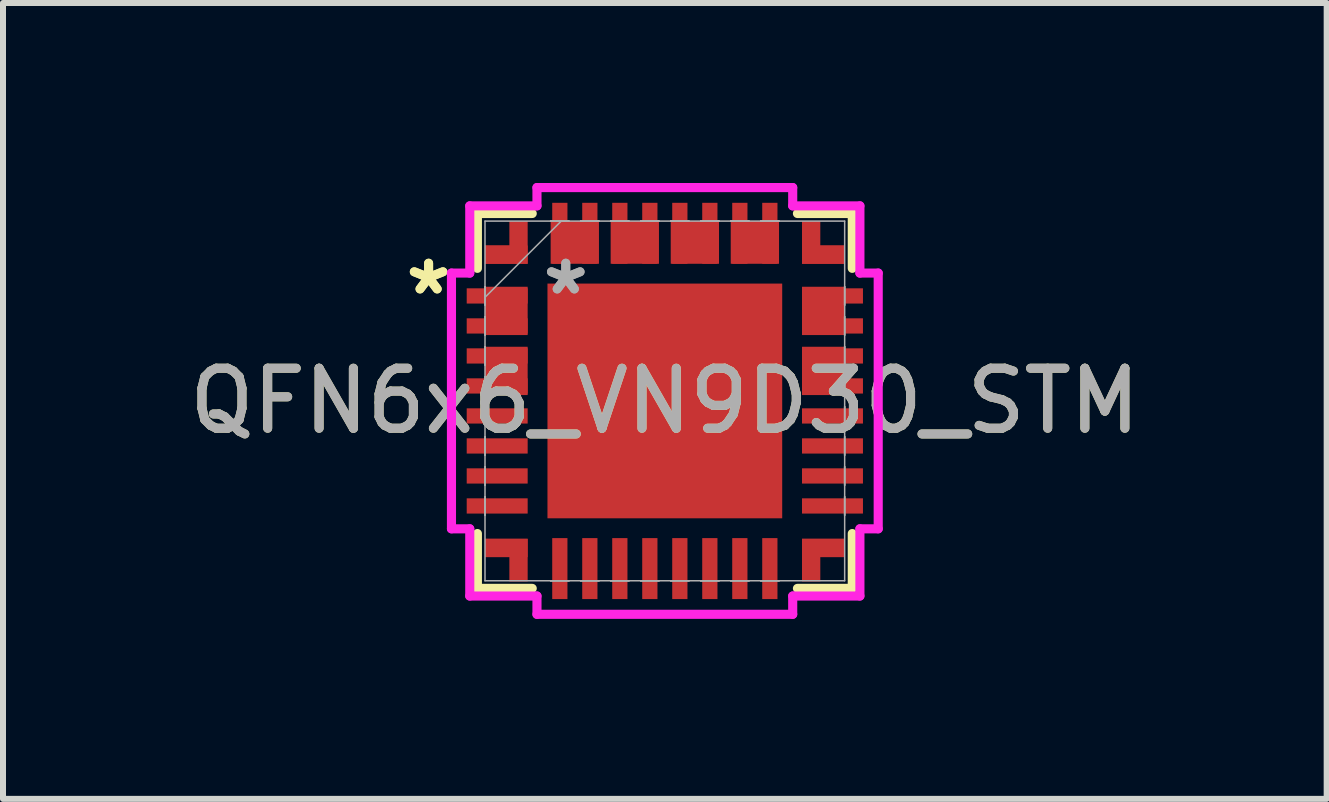
<source format=kicad_pcb>
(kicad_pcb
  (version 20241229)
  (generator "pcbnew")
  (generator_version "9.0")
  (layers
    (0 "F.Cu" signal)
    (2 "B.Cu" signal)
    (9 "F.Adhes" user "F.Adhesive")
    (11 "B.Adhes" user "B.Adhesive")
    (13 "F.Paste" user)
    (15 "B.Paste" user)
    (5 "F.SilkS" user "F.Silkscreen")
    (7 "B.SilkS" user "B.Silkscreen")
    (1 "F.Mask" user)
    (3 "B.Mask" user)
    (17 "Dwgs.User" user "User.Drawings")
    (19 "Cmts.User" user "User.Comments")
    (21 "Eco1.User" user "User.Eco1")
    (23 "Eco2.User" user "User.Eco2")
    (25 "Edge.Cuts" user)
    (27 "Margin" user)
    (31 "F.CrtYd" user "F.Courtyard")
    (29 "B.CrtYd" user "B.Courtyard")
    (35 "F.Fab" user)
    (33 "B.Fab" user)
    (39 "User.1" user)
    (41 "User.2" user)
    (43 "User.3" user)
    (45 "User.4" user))
  (footprint "QFN6x6_VN9D30_STM"
    (layer "F.Cu")
    (at 8.03 3.632)
    (property "Reference" "QFN6x6_VN9D30_STM" (at 0 0 0) (unlocked yes) (layer "F.SilkS") (effects (font (size 1 1) (thickness 0.15))))
    (attr smd)
    (fp_poly (pts (xy -2.286 -1.903) (xy -2.286 -1.098) (xy -2.997 -1.098) (xy -2.997 -1.903)) (stroke (width 0) (type solid)) (fill yes) (layer "F.Cu"))
    (fp_poly (pts (xy -2.286 -0.903) (xy -2.286 -0.098) (xy -2.997 -0.098) (xy -2.997 -0.903)) (stroke (width 0) (type solid)) (fill yes) (layer "F.Cu"))
    (fp_poly (pts (xy -1.903 -2.997) (xy -1.098 -2.997) (xy -1.098 -2.286) (xy -1.903 -2.286)) (stroke (width 0) (type solid)) (fill yes) (layer "F.Cu"))
    (fp_poly (pts (xy -0.903 -2.997) (xy -0.098 -2.997) (xy -0.098 -2.286) (xy -0.903 -2.286)) (stroke (width 0) (type solid)) (fill yes) (layer "F.Cu"))
    (fp_poly (pts (xy 0.098 -2.997) (xy 0.903 -2.997) (xy 0.903 -2.286) (xy 0.098 -2.286)) (stroke (width 0) (type solid)) (fill yes) (layer "F.Cu"))
    (fp_poly (pts (xy 1.098 -2.997) (xy 1.903 -2.997) (xy 1.903 -2.286) (xy 1.098 -2.286)) (stroke (width 0) (type solid)) (fill yes) (layer "F.Cu"))
    (fp_poly (pts (xy 2.997 -1.903) (xy 2.997 -1.098) (xy 2.286 -1.098) (xy 2.286 -1.903)) (stroke (width 0) (type solid)) (fill yes) (layer "F.Cu"))
    (fp_poly (pts (xy 2.997 -0.903) (xy 2.997 -0.098) (xy 2.286 -0.098) (xy 2.286 -0.903)) (stroke (width 0) (type solid)) (fill yes) (layer "F.Cu"))
    (fp_poly (pts (xy -2.286 -2.286) (xy -2.286 -2.997) (xy -2.591 -2.997) (xy -2.591 -2.591) (xy -2.997 -2.591) (xy -2.997 -2.286)) (stroke (width 0) (type solid)) (fill yes) (layer "F.Cu"))
    (fp_poly (pts (xy -2.286 2.297) (xy -2.286 3.008) (xy -2.591 3.008) (xy -2.591 2.602) (xy -2.997 2.602) (xy -2.997 2.297)) (stroke (width 0) (type solid)) (fill yes) (layer "F.Cu"))
    (fp_poly (pts (xy 2.286 -2.286) (xy 2.286 -2.997) (xy 2.591 -2.997) (xy 2.591 -2.591) (xy 2.997 -2.591) (xy 2.997 -2.286)) (stroke (width 0) (type solid)) (fill yes) (layer "F.Cu"))
    (fp_poly (pts (xy 2.286 2.297) (xy 2.286 3.008) (xy 2.591 3.008) (xy 2.591 2.602) (xy 2.997 2.602) (xy 2.997 2.297)) (stroke (width 0) (type solid)) (fill yes) (layer "F.Cu"))
    (fp_poly (pts (xy -2.286 -1.903) (xy -2.286 -1.098) (xy -2.997 -1.098) (xy -2.997 -1.903)) (stroke (width 0) (type solid)) (fill yes) (layer "F.Mask"))
    (fp_poly (pts (xy -2.286 2.297) (xy -2.286 3.008) (xy -2.591 3.008) (xy -2.591 2.602) (xy -2.997 2.602) (xy -2.997 2.297)) (stroke (width 0) (type solid)) (fill yes) (layer "F.Mask"))
    (fp_line (start -3.124 -3.124) (end -3.124 -2.21) (stroke (width 0.152) (type solid)) (layer "F.SilkS"))
    (fp_line (start -3.124 2.21) (end -3.124 3.124) (stroke (width 0.152) (type solid)) (layer "F.SilkS"))
    (fp_line (start -3.124 3.124) (end -2.21 3.124) (stroke (width 0.152) (type solid)) (layer "F.SilkS"))
    (fp_line (start -2.21 -3.124) (end -3.124 -3.124) (stroke (width 0.152) (type solid)) (layer "F.SilkS"))
    (fp_line (start 2.21 3.124) (end 3.124 3.124) (stroke (width 0.152) (type solid)) (layer "F.SilkS"))
    (fp_line (start 3.124 -3.124) (end 2.21 -3.124) (stroke (width 0.152) (type solid)) (layer "F.SilkS"))
    (fp_line (start 3.124 -2.21) (end 3.124 -3.124) (stroke (width 0.152) (type solid)) (layer "F.SilkS"))
    (fp_line (start 3.124 3.124) (end 3.124 2.21) (stroke (width 0.152) (type solid)) (layer "F.SilkS"))
    (fp_poly (pts (xy -2.286 -1.903) (xy -2.286 -1.098) (xy -2.997 -1.098) (xy -2.997 -1.903)) (stroke (width 0) (type solid)) (fill yes) (layer "F.Paste"))
    (fp_poly (pts (xy -2.286 2.297) (xy -2.286 3.008) (xy -2.591 3.008) (xy -2.591 2.602) (xy -2.997 2.602) (xy -2.997 2.297)) (stroke (width 0) (type solid)) (fill yes) (layer "F.Paste"))
    (fp_line (start -3.556 -2.131) (end -3.251 -2.131) (stroke (width 0.152) (type solid)) (layer "F.CrtYd"))
    (fp_line (start -3.556 2.131) (end -3.556 -2.131) (stroke (width 0.152) (type solid)) (layer "F.CrtYd"))
    (fp_line (start -3.251 -3.251) (end -2.131 -3.251) (stroke (width 0.152) (type solid)) (layer "F.CrtYd"))
    (fp_line (start -3.251 -2.131) (end -3.251 -3.251) (stroke (width 0.152) (type solid)) (layer "F.CrtYd"))
    (fp_line (start -3.251 2.131) (end -3.556 2.131) (stroke (width 0.152) (type solid)) (layer "F.CrtYd"))
    (fp_line (start -3.251 3.251) (end -3.251 2.131) (stroke (width 0.152) (type solid)) (layer "F.CrtYd"))
    (fp_line (start -2.131 -3.556) (end 2.131 -3.556) (stroke (width 0.152) (type solid)) (layer "F.CrtYd"))
    (fp_line (start -2.131 -3.251) (end -2.131 -3.556) (stroke (width 0.152) (type solid)) (layer "F.CrtYd"))
    (fp_line (start -2.131 3.251) (end -3.251 3.251) (stroke (width 0.152) (type solid)) (layer "F.CrtYd"))
    (fp_line (start -2.131 3.556) (end -2.131 3.251) (stroke (width 0.152) (type solid)) (layer "F.CrtYd"))
    (fp_line (start 2.131 -3.556) (end 2.131 -3.251) (stroke (width 0.152) (type solid)) (layer "F.CrtYd"))
    (fp_line (start 2.131 -3.251) (end 3.251 -3.251) (stroke (width 0.152) (type solid)) (layer "F.CrtYd"))
    (fp_line (start 2.131 3.251) (end 2.131 3.556) (stroke (width 0.152) (type solid)) (layer "F.CrtYd"))
    (fp_line (start 2.131 3.556) (end -2.131 3.556) (stroke (width 0.152) (type solid)) (layer "F.CrtYd"))
    (fp_line (start 3.251 -3.251) (end 3.251 -2.131) (stroke (width 0.152) (type solid)) (layer "F.CrtYd"))
    (fp_line (start 3.251 -2.131) (end 3.556 -2.131) (stroke (width 0.152) (type solid)) (layer "F.CrtYd"))
    (fp_line (start 3.251 2.131) (end 3.251 3.251) (stroke (width 0.152) (type solid)) (layer "F.CrtYd"))
    (fp_line (start 3.251 3.251) (end 2.131 3.251) (stroke (width 0.152) (type solid)) (layer "F.CrtYd"))
    (fp_line (start 3.556 -2.131) (end 3.556 2.131) (stroke (width 0.152) (type solid)) (layer "F.CrtYd"))
    (fp_line (start 3.556 2.131) (end 3.251 2.131) (stroke (width 0.152) (type solid)) (layer "F.CrtYd"))
    (fp_line (start -2.997 -2.997) (end -2.997 2.997) (stroke (width 0.025) (type solid)) (layer "F.Fab"))
    (fp_line (start -2.997 -1.903) (end -2.997 -1.903) (stroke (width 0.025) (type solid)) (layer "F.Fab"))
    (fp_line (start -2.997 -1.903) (end -2.997 -1.598) (stroke (width 0.025) (type solid)) (layer "F.Fab"))
    (fp_line (start -2.997 -1.727) (end -1.727 -2.997) (stroke (width 0.025) (type solid)) (layer "F.Fab"))
    (fp_line (start -2.997 -1.598) (end -2.997 -1.903) (stroke (width 0.025) (type solid)) (layer "F.Fab"))
    (fp_line (start -2.997 -1.598) (end -2.997 -1.598) (stroke (width 0.025) (type solid)) (layer "F.Fab"))
    (fp_line (start -2.997 -1.403) (end -2.997 -1.403) (stroke (width 0.025) (type solid)) (layer "F.Fab"))
    (fp_line (start -2.997 -1.403) (end -2.997 -1.098) (stroke (width 0.025) (type solid)) (layer "F.Fab"))
    (fp_line (start -2.997 -1.098) (end -2.997 -1.403) (stroke (width 0.025) (type solid)) (layer "F.Fab"))
    (fp_line (start -2.997 -1.098) (end -2.997 -1.098) (stroke (width 0.025) (type solid)) (layer "F.Fab"))
    (fp_line (start -2.997 -0.903) (end -2.997 -0.903) (stroke (width 0.025) (type solid)) (layer "F.Fab"))
    (fp_line (start -2.997 -0.903) (end -2.997 -0.598) (stroke (width 0.025) (type solid)) (layer "F.Fab"))
    (fp_line (start -2.997 -0.598) (end -2.997 -0.903) (stroke (width 0.025) (type solid)) (layer "F.Fab"))
    (fp_line (start -2.997 -0.598) (end -2.997 -0.598) (stroke (width 0.025) (type solid)) (layer "F.Fab"))
    (fp_line (start -2.997 -0.402) (end -2.997 -0.402) (stroke (width 0.025) (type solid)) (layer "F.Fab"))
    (fp_line (start -2.997 -0.402) (end -2.997 -0.098) (stroke (width 0.025) (type solid)) (layer "F.Fab"))
    (fp_line (start -2.997 -0.098) (end -2.997 -0.402) (stroke (width 0.025) (type solid)) (layer "F.Fab"))
    (fp_line (start -2.997 -0.098) (end -2.997 -0.098) (stroke (width 0.025) (type solid)) (layer "F.Fab"))
    (fp_line (start -2.997 0.098) (end -2.997 0.098) (stroke (width 0.025) (type solid)) (layer "F.Fab"))
    (fp_line (start -2.997 0.098) (end -2.997 0.402) (stroke (width 0.025) (type solid)) (layer "F.Fab"))
    (fp_line (start -2.997 0.402) (end -2.997 0.098) (stroke (width 0.025) (type solid)) (layer "F.Fab"))
    (fp_line (start -2.997 0.402) (end -2.997 0.402) (stroke (width 0.025) (type solid)) (layer "F.Fab"))
    (fp_line (start -2.997 0.598) (end -2.997 0.598) (stroke (width 0.025) (type solid)) (layer "F.Fab"))
    (fp_line (start -2.997 0.598) (end -2.997 0.903) (stroke (width 0.025) (type solid)) (layer "F.Fab"))
    (fp_line (start -2.997 0.903) (end -2.997 0.598) (stroke (width 0.025) (type solid)) (layer "F.Fab"))
    (fp_line (start -2.997 0.903) (end -2.997 0.903) (stroke (width 0.025) (type solid)) (layer "F.Fab"))
    (fp_line (start -2.997 1.098) (end -2.997 1.098) (stroke (width 0.025) (type solid)) (layer "F.Fab"))
    (fp_line (start -2.997 1.098) (end -2.997 1.403) (stroke (width 0.025) (type solid)) (layer "F.Fab"))
    (fp_line (start -2.997 1.403) (end -2.997 1.098) (stroke (width 0.025) (type solid)) (layer "F.Fab"))
    (fp_line (start -2.997 1.403) (end -2.997 1.403) (stroke (width 0.025) (type solid)) (layer "F.Fab"))
    (fp_line (start -2.997 1.598) (end -2.997 1.598) (stroke (width 0.025) (type solid)) (layer "F.Fab"))
    (fp_line (start -2.997 1.598) (end -2.997 1.903) (stroke (width 0.025) (type solid)) (layer "F.Fab"))
    (fp_line (start -2.997 1.903) (end -2.997 1.598) (stroke (width 0.025) (type solid)) (layer "F.Fab"))
    (fp_line (start -2.997 1.903) (end -2.997 1.903) (stroke (width 0.025) (type solid)) (layer "F.Fab"))
    (fp_line (start -2.997 2.997) (end 2.997 2.997) (stroke (width 0.025) (type solid)) (layer "F.Fab"))
    (fp_line (start -1.903 -2.997) (end -1.903 -2.997) (stroke (width 0.025) (type solid)) (layer "F.Fab"))
    (fp_line (start -1.903 -2.997) (end -1.598 -2.997) (stroke (width 0.025) (type solid)) (layer "F.Fab"))
    (fp_line (start -1.903 2.997) (end -1.903 2.997) (stroke (width 0.025) (type solid)) (layer "F.Fab"))
    (fp_line (start -1.903 2.997) (end -1.598 2.997) (stroke (width 0.025) (type solid)) (layer "F.Fab"))
    (fp_line (start -1.598 -2.997) (end -1.903 -2.997) (stroke (width 0.025) (type solid)) (layer "F.Fab"))
    (fp_line (start -1.598 -2.997) (end -1.598 -2.997) (stroke (width 0.025) (type solid)) (layer "F.Fab"))
    (fp_line (start -1.598 2.997) (end -1.903 2.997) (stroke (width 0.025) (type solid)) (layer "F.Fab"))
    (fp_line (start -1.598 2.997) (end -1.598 2.997) (stroke (width 0.025) (type solid)) (layer "F.Fab"))
    (fp_line (start -1.403 -2.997) (end -1.403 -2.997) (stroke (width 0.025) (type solid)) (layer "F.Fab"))
    (fp_line (start -1.403 -2.997) (end -1.098 -2.997) (stroke (width 0.025) (type solid)) (layer "F.Fab"))
    (fp_line (start -1.403 2.997) (end -1.403 2.997) (stroke (width 0.025) (type solid)) (layer "F.Fab"))
    (fp_line (start -1.403 2.997) (end -1.098 2.997) (stroke (width 0.025) (type solid)) (layer "F.Fab"))
    (fp_line (start -1.098 -2.997) (end -1.403 -2.997) (stroke (width 0.025) (type solid)) (layer "F.Fab"))
    (fp_line (start -1.098 -2.997) (end -1.098 -2.997) (stroke (width 0.025) (type solid)) (layer "F.Fab"))
    (fp_line (start -1.098 2.997) (end -1.403 2.997) (stroke (width 0.025) (type solid)) (layer "F.Fab"))
    (fp_line (start -1.098 2.997) (end -1.098 2.997) (stroke (width 0.025) (type solid)) (layer "F.Fab"))
    (fp_line (start -0.903 -2.997) (end -0.903 -2.997) (stroke (width 0.025) (type solid)) (layer "F.Fab"))
    (fp_line (start -0.903 -2.997) (end -0.598 -2.997) (stroke (width 0.025) (type solid)) (layer "F.Fab"))
    (fp_line (start -0.903 2.997) (end -0.903 2.997) (stroke (width 0.025) (type solid)) (layer "F.Fab"))
    (fp_line (start -0.903 2.997) (end -0.598 2.997) (stroke (width 0.025) (type solid)) (layer "F.Fab"))
    (fp_line (start -0.598 -2.997) (end -0.903 -2.997) (stroke (width 0.025) (type solid)) (layer "F.Fab"))
    (fp_line (start -0.598 -2.997) (end -0.598 -2.997) (stroke (width 0.025) (type solid)) (layer "F.Fab"))
    (fp_line (start -0.598 2.997) (end -0.903 2.997) (stroke (width 0.025) (type solid)) (layer "F.Fab"))
    (fp_line (start -0.598 2.997) (end -0.598 2.997) (stroke (width 0.025) (type solid)) (layer "F.Fab"))
    (fp_line (start -0.402 -2.997) (end -0.402 -2.997) (stroke (width 0.025) (type solid)) (layer "F.Fab"))
    (fp_line (start -0.402 -2.997) (end -0.098 -2.997) (stroke (width 0.025) (type solid)) (layer "F.Fab"))
    (fp_line (start -0.402 2.997) (end -0.402 2.997) (stroke (width 0.025) (type solid)) (layer "F.Fab"))
    (fp_line (start -0.402 2.997) (end -0.098 2.997) (stroke (width 0.025) (type solid)) (layer "F.Fab"))
    (fp_line (start -0.098 -2.997) (end -0.402 -2.997) (stroke (width 0.025) (type solid)) (layer "F.Fab"))
    (fp_line (start -0.098 -2.997) (end -0.098 -2.997) (stroke (width 0.025) (type solid)) (layer "F.Fab"))
    (fp_line (start -0.098 2.997) (end -0.402 2.997) (stroke (width 0.025) (type solid)) (layer "F.Fab"))
    (fp_line (start -0.098 2.997) (end -0.098 2.997) (stroke (width 0.025) (type solid)) (layer "F.Fab"))
    (fp_line (start 0.098 -2.997) (end 0.098 -2.997) (stroke (width 0.025) (type solid)) (layer "F.Fab"))
    (fp_line (start 0.098 -2.997) (end 0.402 -2.997) (stroke (width 0.025) (type solid)) (layer "F.Fab"))
    (fp_line (start 0.098 2.997) (end 0.098 2.997) (stroke (width 0.025) (type solid)) (layer "F.Fab"))
    (fp_line (start 0.098 2.997) (end 0.402 2.997) (stroke (width 0.025) (type solid)) (layer "F.Fab"))
    (fp_line (start 0.402 -2.997) (end 0.098 -2.997) (stroke (width 0.025) (type solid)) (layer "F.Fab"))
    (fp_line (start 0.402 -2.997) (end 0.402 -2.997) (stroke (width 0.025) (type solid)) (layer "F.Fab"))
    (fp_line (start 0.402 2.997) (end 0.098 2.997) (stroke (width 0.025) (type solid)) (layer "F.Fab"))
    (fp_line (start 0.402 2.997) (end 0.402 2.997) (stroke (width 0.025) (type solid)) (layer "F.Fab"))
    (fp_line (start 0.598 -2.997) (end 0.598 -2.997) (stroke (width 0.025) (type solid)) (layer "F.Fab"))
    (fp_line (start 0.598 -2.997) (end 0.903 -2.997) (stroke (width 0.025) (type solid)) (layer "F.Fab"))
    (fp_line (start 0.598 2.997) (end 0.598 2.997) (stroke (width 0.025) (type solid)) (layer "F.Fab"))
    (fp_line (start 0.598 2.997) (end 0.903 2.997) (stroke (width 0.025) (type solid)) (layer "F.Fab"))
    (fp_line (start 0.903 -2.997) (end 0.598 -2.997) (stroke (width 0.025) (type solid)) (layer "F.Fab"))
    (fp_line (start 0.903 -2.997) (end 0.903 -2.997) (stroke (width 0.025) (type solid)) (layer "F.Fab"))
    (fp_line (start 0.903 2.997) (end 0.598 2.997) (stroke (width 0.025) (type solid)) (layer "F.Fab"))
    (fp_line (start 0.903 2.997) (end 0.903 2.997) (stroke (width 0.025) (type solid)) (layer "F.Fab"))
    (fp_line (start 1.098 -2.997) (end 1.098 -2.997) (stroke (width 0.025) (type solid)) (layer "F.Fab"))
    (fp_line (start 1.098 -2.997) (end 1.403 -2.997) (stroke (width 0.025) (type solid)) (layer "F.Fab"))
    (fp_line (start 1.098 2.997) (end 1.098 2.997) (stroke (width 0.025) (type solid)) (layer "F.Fab"))
    (fp_line (start 1.098 2.997) (end 1.403 2.997) (stroke (width 0.025) (type solid)) (layer "F.Fab"))
    (fp_line (start 1.403 -2.997) (end 1.098 -2.997) (stroke (width 0.025) (type solid)) (layer "F.Fab"))
    (fp_line (start 1.403 -2.997) (end 1.403 -2.997) (stroke (width 0.025) (type solid)) (layer "F.Fab"))
    (fp_line (start 1.403 2.997) (end 1.098 2.997) (stroke (width 0.025) (type solid)) (layer "F.Fab"))
    (fp_line (start 1.403 2.997) (end 1.403 2.997) (stroke (width 0.025) (type solid)) (layer "F.Fab"))
    (fp_line (start 1.598 -2.997) (end 1.598 -2.997) (stroke (width 0.025) (type solid)) (layer "F.Fab"))
    (fp_line (start 1.598 -2.997) (end 1.903 -2.997) (stroke (width 0.025) (type solid)) (layer "F.Fab"))
    (fp_line (start 1.598 2.997) (end 1.598 2.997) (stroke (width 0.025) (type solid)) (layer "F.Fab"))
    (fp_line (start 1.598 2.997) (end 1.903 2.997) (stroke (width 0.025) (type solid)) (layer "F.Fab"))
    (fp_line (start 1.903 -2.997) (end 1.598 -2.997) (stroke (width 0.025) (type solid)) (layer "F.Fab"))
    (fp_line (start 1.903 -2.997) (end 1.903 -2.997) (stroke (width 0.025) (type solid)) (layer "F.Fab"))
    (fp_line (start 1.903 2.997) (end 1.598 2.997) (stroke (width 0.025) (type solid)) (layer "F.Fab"))
    (fp_line (start 1.903 2.997) (end 1.903 2.997) (stroke (width 0.025) (type solid)) (layer "F.Fab"))
    (fp_line (start 2.997 -2.997) (end -2.997 -2.997) (stroke (width 0.025) (type solid)) (layer "F.Fab"))
    (fp_line (start 2.997 -1.903) (end 2.997 -1.903) (stroke (width 0.025) (type solid)) (layer "F.Fab"))
    (fp_line (start 2.997 -1.903) (end 2.997 -1.598) (stroke (width 0.025) (type solid)) (layer "F.Fab"))
    (fp_line (start 2.997 -1.598) (end 2.997 -1.903) (stroke (width 0.025) (type solid)) (layer "F.Fab"))
    (fp_line (start 2.997 -1.598) (end 2.997 -1.598) (stroke (width 0.025) (type solid)) (layer "F.Fab"))
    (fp_line (start 2.997 -1.403) (end 2.997 -1.403) (stroke (width 0.025) (type solid)) (layer "F.Fab"))
    (fp_line (start 2.997 -1.403) (end 2.997 -1.098) (stroke (width 0.025) (type solid)) (layer "F.Fab"))
    (fp_line (start 2.997 -1.098) (end 2.997 -1.403) (stroke (width 0.025) (type solid)) (layer "F.Fab"))
    (fp_line (start 2.997 -1.098) (end 2.997 -1.098) (stroke (width 0.025) (type solid)) (layer "F.Fab"))
    (fp_line (start 2.997 -0.903) (end 2.997 -0.903) (stroke (width 0.025) (type solid)) (layer "F.Fab"))
    (fp_line (start 2.997 -0.903) (end 2.997 -0.598) (stroke (width 0.025) (type solid)) (layer "F.Fab"))
    (fp_line (start 2.997 -0.598) (end 2.997 -0.903) (stroke (width 0.025) (type solid)) (layer "F.Fab"))
    (fp_line (start 2.997 -0.598) (end 2.997 -0.598) (stroke (width 0.025) (type solid)) (layer "F.Fab"))
    (fp_line (start 2.997 -0.402) (end 2.997 -0.402) (stroke (width 0.025) (type solid)) (layer "F.Fab"))
    (fp_line (start 2.997 -0.402) (end 2.997 -0.098) (stroke (width 0.025) (type solid)) (layer "F.Fab"))
    (fp_line (start 2.997 -0.098) (end 2.997 -0.402) (stroke (width 0.025) (type solid)) (layer "F.Fab"))
    (fp_line (start 2.997 -0.098) (end 2.997 -0.098) (stroke (width 0.025) (type solid)) (layer "F.Fab"))
    (fp_line (start 2.997 0.098) (end 2.997 0.098) (stroke (width 0.025) (type solid)) (layer "F.Fab"))
    (fp_line (start 2.997 0.098) (end 2.997 0.402) (stroke (width 0.025) (type solid)) (layer "F.Fab"))
    (fp_line (start 2.997 0.402) (end 2.997 0.098) (stroke (width 0.025) (type solid)) (layer "F.Fab"))
    (fp_line (start 2.997 0.402) (end 2.997 0.402) (stroke (width 0.025) (type solid)) (layer "F.Fab"))
    (fp_line (start 2.997 0.598) (end 2.997 0.598) (stroke (width 0.025) (type solid)) (layer "F.Fab"))
    (fp_line (start 2.997 0.598) (end 2.997 0.903) (stroke (width 0.025) (type solid)) (layer "F.Fab"))
    (fp_line (start 2.997 0.903) (end 2.997 0.598) (stroke (width 0.025) (type solid)) (layer "F.Fab"))
    (fp_line (start 2.997 0.903) (end 2.997 0.903) (stroke (width 0.025) (type solid)) (layer "F.Fab"))
    (fp_line (start 2.997 1.098) (end 2.997 1.098) (stroke (width 0.025) (type solid)) (layer "F.Fab"))
    (fp_line (start 2.997 1.098) (end 2.997 1.403) (stroke (width 0.025) (type solid)) (layer "F.Fab"))
    (fp_line (start 2.997 1.403) (end 2.997 1.098) (stroke (width 0.025) (type solid)) (layer "F.Fab"))
    (fp_line (start 2.997 1.403) (end 2.997 1.403) (stroke (width 0.025) (type solid)) (layer "F.Fab"))
    (fp_line (start 2.997 1.598) (end 2.997 1.598) (stroke (width 0.025) (type solid)) (layer "F.Fab"))
    (fp_line (start 2.997 1.598) (end 2.997 1.903) (stroke (width 0.025) (type solid)) (layer "F.Fab"))
    (fp_line (start 2.997 1.903) (end 2.997 1.598) (stroke (width 0.025) (type solid)) (layer "F.Fab"))
    (fp_line (start 2.997 1.903) (end 2.997 1.903) (stroke (width 0.025) (type solid)) (layer "F.Fab"))
    (fp_line (start 2.997 2.997) (end 2.997 -2.997) (stroke (width 0.025) (type solid)) (layer "F.Fab"))
    (fp_text user "*" (at -3.937 -1.75 0) (unlocked yes) (layer "F.SilkS") (effects (font (size 1 1) (thickness 0.15))))
    (fp_text user "*" (at -3.937 -1.75 0) (layer "F.SilkS") (effects (font (size 1 1) (thickness 0.15))))
    (fp_text user "*" (at -1.651 -1.75 0) (layer "F.Fab") (effects (font (size 1 1) (thickness 0.15))))
    (fp_text user "${REFERENCE}" (at 0 0 0) (unlocked yes) (layer "F.Fab") (effects (font (size 1 1) (thickness 0.15))))
    (fp_text user "*" (at -1.651 -1.75 0) (unlocked yes) (layer "F.Fab") (effects (font (size 1 1) (thickness 0.15))))
    (pad "1" smd rect (at -2.794 -1.75 90) (size 0.254 1.016) (layers "F.Cu" "F.Mask" "F.Paste"))
    (pad "2" smd rect (at -2.794 -1.25 90) (size 0.254 1.016) (layers "F.Cu" "F.Mask" "F.Paste"))
    (pad "3" smd rect (at -2.794 -0.75 90) (size 0.254 1.016) (layers "F.Cu" "F.Mask" "F.Paste"))
    (pad "4" smd rect (at -2.794 -0.25 90) (size 0.254 1.016) (layers "F.Cu" "F.Mask" "F.Paste"))
    (pad "5" smd rect (at -2.794 0.25 90) (size 0.254 1.016) (layers "F.Cu" "F.Mask" "F.Paste"))
    (pad "6" smd rect (at -2.794 0.75 90) (size 0.254 1.016) (layers "F.Cu" "F.Mask" "F.Paste"))
    (pad "7" smd rect (at -2.794 1.25 90) (size 0.254 1.016) (layers "F.Cu" "F.Mask" "F.Paste"))
    (pad "8" smd rect (at -2.794 1.75 90) (size 0.254 1.016) (layers "F.Cu" "F.Mask" "F.Paste"))
    (pad "9" smd rect (at -1.75 2.794) (size 0.254 1.016) (layers "F.Cu" "F.Mask" "F.Paste"))
    (pad "10" smd rect (at -1.25 2.794) (size 0.254 1.016) (layers "F.Cu" "F.Mask" "F.Paste"))
    (pad "11" smd rect (at -0.75 2.794) (size 0.254 1.016) (layers "F.Cu" "F.Mask" "F.Paste"))
    (pad "12" smd rect (at -0.25 2.794) (size 0.254 1.016) (layers "F.Cu" "F.Mask" "F.Paste"))
    (pad "13" smd rect (at 0.25 2.794) (size 0.254 1.016) (layers "F.Cu" "F.Mask" "F.Paste"))
    (pad "14" smd rect (at 0.75 2.794) (size 0.254 1.016) (layers "F.Cu" "F.Mask" "F.Paste"))
    (pad "15" smd rect (at 1.25 2.794) (size 0.254 1.016) (layers "F.Cu" "F.Mask" "F.Paste"))
    (pad "16" smd rect (at 1.75 2.794) (size 0.254 1.016) (layers "F.Cu" "F.Mask" "F.Paste"))
    (pad "17" smd rect (at 2.794 1.75 90) (size 0.254 1.016) (layers "F.Cu" "F.Mask" "F.Paste"))
    (pad "18" smd rect (at 2.794 1.25 90) (size 0.254 1.016) (layers "F.Cu" "F.Mask" "F.Paste"))
    (pad "19" smd rect (at 2.794 0.75 90) (size 0.254 1.016) (layers "F.Cu" "F.Mask" "F.Paste"))
    (pad "20" smd rect (at 2.794 0.25 90) (size 0.254 1.016) (layers "F.Cu" "F.Mask" "F.Paste"))
    (pad "21" smd rect (at 2.794 -0.25 90) (size 0.254 1.016) (layers "F.Cu" "F.Mask" "F.Paste"))
    (pad "22" smd rect (at 2.794 -0.75 90) (size 0.254 1.016) (layers "F.Cu" "F.Mask" "F.Paste"))
    (pad "23" smd rect (at 2.794 -1.25 90) (size 0.254 1.016) (layers "F.Cu" "F.Mask" "F.Paste"))
    (pad "24" smd rect (at 2.794 -1.75 90) (size 0.254 1.016) (layers "F.Cu" "F.Mask" "F.Paste"))
    (pad "25" smd rect (at 1.75 -2.794) (size 0.254 1.016) (layers "F.Cu" "F.Mask" "F.Paste"))
    (pad "26" smd rect (at 1.25 -2.794) (size 0.254 1.016) (layers "F.Cu" "F.Mask" "F.Paste"))
    (pad "27" smd rect (at 0.75 -2.794) (size 0.254 1.016) (layers "F.Cu" "F.Mask" "F.Paste"))
    (pad "28" smd rect (at 0.25 -2.794) (size 0.254 1.016) (layers "F.Cu" "F.Mask" "F.Paste"))
    (pad "29" smd rect (at -0.25 -2.794) (size 0.254 1.016) (layers "F.Cu" "F.Mask" "F.Paste"))
    (pad "30" smd rect (at -0.75 -2.794) (size 0.254 1.016) (layers "F.Cu" "F.Mask" "F.Paste"))
    (pad "31" smd rect (at -1.25 -2.794) (size 0.254 1.016) (layers "F.Cu" "F.Mask" "F.Paste"))
    (pad "32" smd rect (at -1.75 -2.794) (size 0.254 1.016) (layers "F.Cu" "F.Mask" "F.Paste"))
    (pad "TAB" smd rect (at -2.642 -2.438) (size 0.711 0.305) (layers "F.Cu" "F.Mask" "F.Paste"))
    (pad "TAB" smd rect (at -2.642 2.45) (size 0.711 0.305) (layers "F.Cu" "F.Mask" "F.Paste"))
    (pad "TAB" smd rect (at 0 0) (size 3.912 3.912) (layers "F.Cu" "F.Mask" "F.Paste"))
    (pad "TAB" smd rect (at 2.642 -2.438) (size 0.711 0.305) (layers "F.Cu" "F.Mask" "F.Paste"))
    (pad "TAB" smd rect (at 2.642 2.45) (size 0.711 0.305) (layers "F.Cu" "F.Mask" "F.Paste")))
  (gr_rect
    (start -3 -3)
    (end 19.06 10.264)
    (stroke (width 0.1) (type default))
    (fill no)
    (layer "Edge.Cuts")))
</source>
